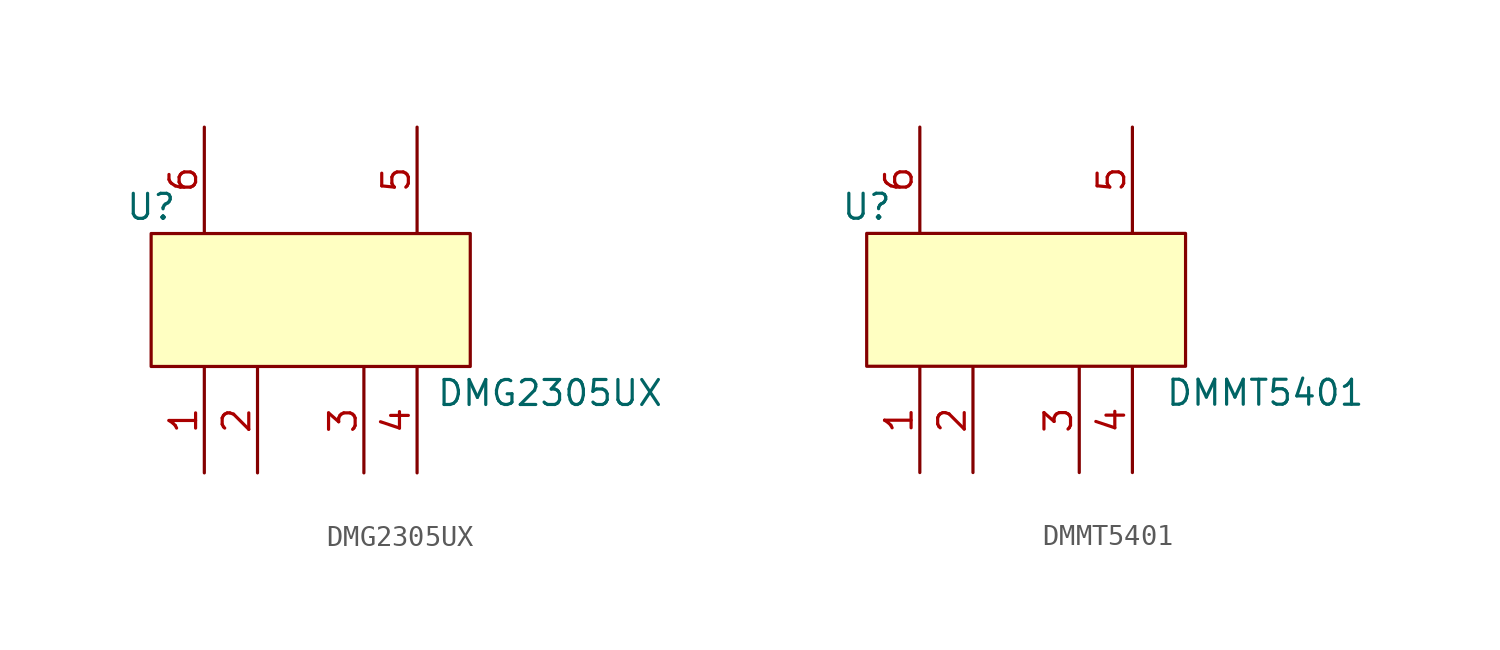
<source format=kicad_sym>
(kicad_symbol_lib
  (version 20211014)
  (generator kicad_symbol_editor)
  (symbol "DMG2305UX"
    (pin_names
      (offset 1.016))
    (property "Reference" "U"
      (at -7.62 3.81 0)
      (effects (font (size 1.194 1.194))))
    (property "Value" "DMG2305UX"
      (at 11.43 -5.08 0)
      (effects (font (size 1.194 1.194))))
    (property "Footprint" ""
      (at -3.81 -7.62 0)
      (effects (font (size 1.194 1.194))))
    (property "Datasheet" ""
      (at -3.81 -7.62 0)
      (effects (font (size 1.194 1.194))))
    (symbol "DMG2305UX_0_1"
      (rectangle (start -7.62 2.54) (end 7.62 -3.81) (stroke (width 0) (type default) (color 0 0 0 0)) (fill (type background))))
    (symbol "DMG2305UX_1_1"
      (pin input line (at -5.08 -8.89 90) (length 5.004) (name "~" (effects (font (size 1.27 1.27)))) (number "1" (effects (font (size 1.27 1.27)))))
      (pin input line (at -2.54 -8.89 90) (length 5.004) (name "~" (effects (font (size 1.27 1.27)))) (number "2" (effects (font (size 1.27 1.27)))))
      (pin input line (at 2.54 -8.89 90) (length 5.004) (name "~" (effects (font (size 1.27 1.27)))) (number "3" (effects (font (size 1.27 1.27)))))
      (pin input line (at 5.08 -8.89 90) (length 5.004) (name "~" (effects (font (size 1.27 1.27)))) (number "4" (effects (font (size 1.27 1.27)))))
      (pin input line (at 5.08 7.62 270) (length 5.004) (name "~" (effects (font (size 1.27 1.27)))) (number "5" (effects (font (size 1.27 1.27)))))
      (pin input line (at -5.08 7.62 270) (length 5.004) (name "~" (effects (font (size 1.27 1.27)))) (number "6" (effects (font (size 1.27 1.27)))))))
  (symbol "DMMT5401"
    (pin_names
      (offset 1.016))
    (property "Reference" "U"
      (at -7.62 3.81 0)
      (effects (font (size 1.194 1.194))))
    (property "Value" "DMMT5401"
      (at 11.43 -5.08 0)
      (effects (font (size 1.194 1.194))))
    (property "Footprint" ""
      (at -3.81 -7.62 0)
      (effects (font (size 1.194 1.194))))
    (property "Datasheet" ""
      (at -3.81 -7.62 0)
      (effects (font (size 1.194 1.194))))
    (symbol "DMMT5401_0_1"
      (rectangle (start -7.62 2.54) (end 7.62 -3.81) (stroke (width 0) (type default) (color 0 0 0 0)) (fill (type background))))
    (symbol "DMMT5401_1_1"
      (pin input line (at -5.08 -8.89 90) (length 5.004) (name "~" (effects (font (size 1.27 1.27)))) (number "1" (effects (font (size 1.27 1.27)))))
      (pin input line (at -2.54 -8.89 90) (length 5.004) (name "~" (effects (font (size 1.27 1.27)))) (number "2" (effects (font (size 1.27 1.27)))))
      (pin input line (at 2.54 -8.89 90) (length 5.004) (name "~" (effects (font (size 1.27 1.27)))) (number "3" (effects (font (size 1.27 1.27)))))
      (pin input line (at 5.08 -8.89 90) (length 5.004) (name "~" (effects (font (size 1.27 1.27)))) (number "4" (effects (font (size 1.27 1.27)))))
      (pin input line (at 5.08 7.62 270) (length 5.004) (name "~" (effects (font (size 1.27 1.27)))) (number "5" (effects (font (size 1.27 1.27)))))
      (pin input line (at -5.08 7.62 270) (length 5.004) (name "~" (effects (font (size 1.27 1.27)))) (number "6" (effects (font (size 1.27 1.27))))))))
</source>
